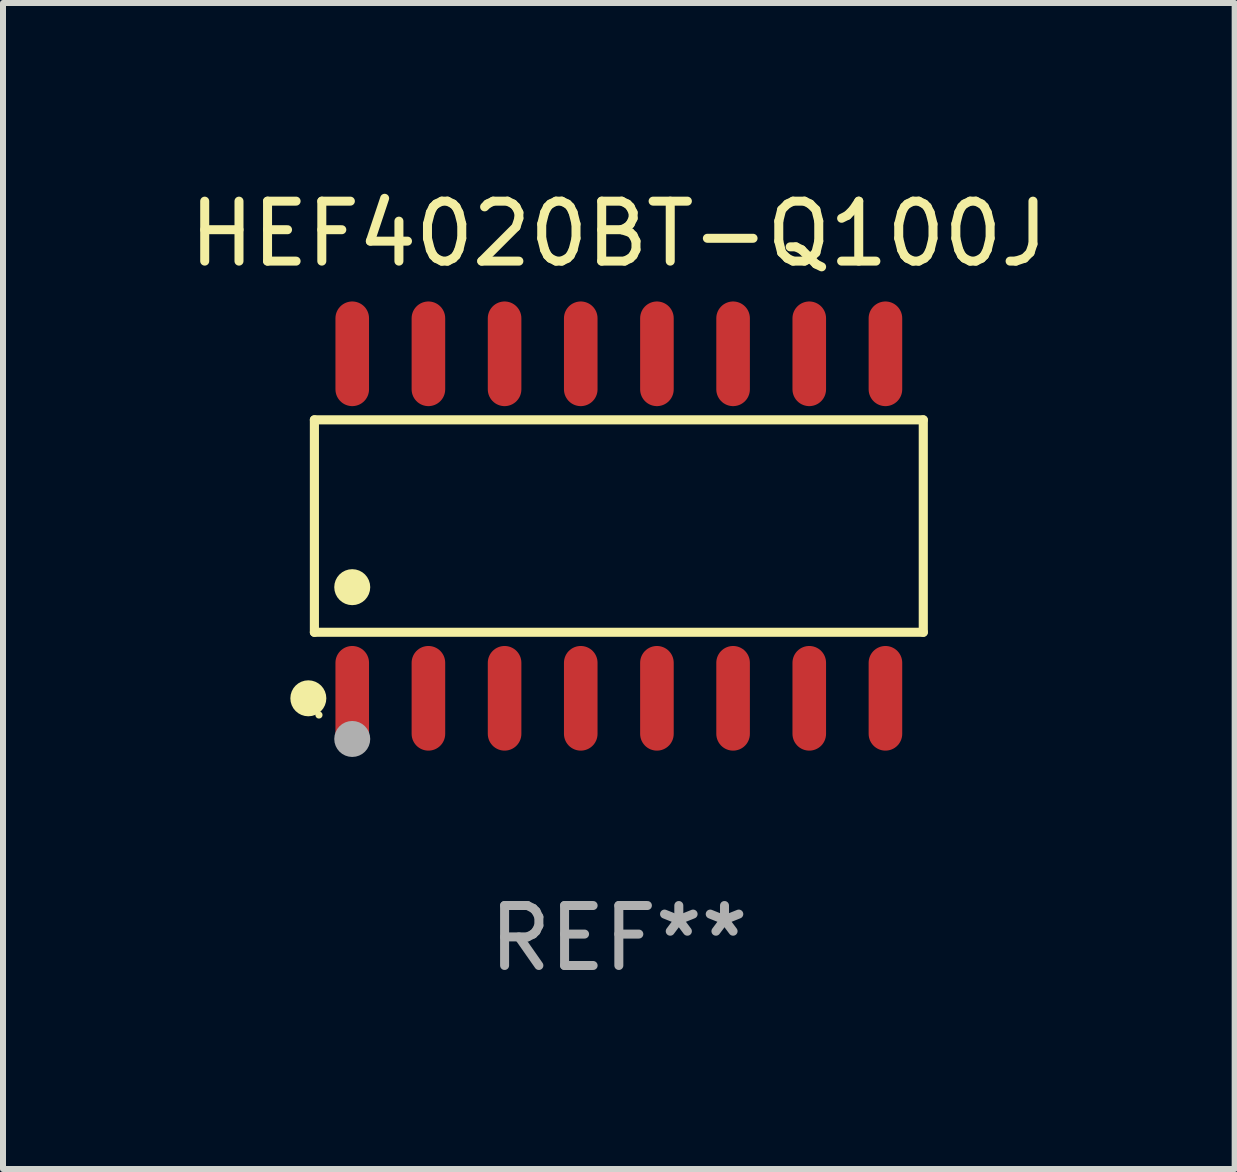
<source format=kicad_pcb>
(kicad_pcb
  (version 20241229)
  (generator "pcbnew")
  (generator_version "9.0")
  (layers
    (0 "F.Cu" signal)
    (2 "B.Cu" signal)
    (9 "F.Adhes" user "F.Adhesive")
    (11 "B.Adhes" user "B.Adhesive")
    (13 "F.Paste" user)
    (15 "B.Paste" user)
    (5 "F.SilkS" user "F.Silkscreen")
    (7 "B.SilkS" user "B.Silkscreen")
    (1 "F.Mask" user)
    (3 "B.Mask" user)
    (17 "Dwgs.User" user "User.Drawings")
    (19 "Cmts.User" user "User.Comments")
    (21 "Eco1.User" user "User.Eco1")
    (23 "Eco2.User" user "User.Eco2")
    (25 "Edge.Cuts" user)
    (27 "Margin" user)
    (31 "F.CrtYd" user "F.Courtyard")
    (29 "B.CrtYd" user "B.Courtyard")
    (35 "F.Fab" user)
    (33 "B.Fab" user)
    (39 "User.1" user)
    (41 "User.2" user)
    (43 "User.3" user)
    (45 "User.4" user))
  (footprint "HEF4020BT-Q100J"
    (layer "F.Cu")
    (at 7.268 5.721)
    (property "Reference" "HEF4020BT-Q100J" (at 0 -4.872 0) (layer "F.SilkS") (effects (font (size 1 1) (thickness 0.15))))
    (attr through_hole)
    (fp_line (start -5.076 -1.771) (end 5.076 -1.771) (stroke (width 0.152) (type solid)) (layer "F.SilkS"))
    (fp_line (start -5.076 1.771) (end -5.076 -1.771) (stroke (width 0.152) (type solid)) (layer "F.SilkS"))
    (fp_line (start 5.076 -1.771) (end 5.076 1.771) (stroke (width 0.152) (type solid)) (layer "F.SilkS"))
    (fp_line (start 5.076 1.771) (end -5.076 1.771) (stroke (width 0.152) (type solid)) (layer "F.SilkS"))
    (fp_circle (center -5.177 2.872) (end -5.027 2.872) (stroke (width 0.3) (type solid)) (fill no) (layer "F.SilkS"))
    (fp_circle (center -5 3.15) (end -4.97 3.15) (stroke (width 0.06) (type solid)) (fill no) (layer "F.SilkS"))
    (fp_circle (center -4.445 1.019) (end -4.295 1.019) (stroke (width 0.3) (type solid)) (fill no) (layer "F.SilkS"))
    (fp_circle (center -4.445 3.55) (end -4.295 3.55) (stroke (width 0.3) (type solid)) (fill no) (layer "F.Fab"))
    (fp_text user "REF**" (at 0 6.872 0) (layer "F.Fab") (effects (font (size 1 1) (thickness 0.15))))
    (pad "1" smd oval (at -4.445 2.872) (size 0.56 1.745) (layers "F.Cu" "F.Mask" "F.Paste"))
    (pad "2" smd oval (at -3.175 2.872) (size 0.56 1.745) (layers "F.Cu" "F.Mask" "F.Paste"))
    (pad "3" smd oval (at -1.905 2.872) (size 0.56 1.745) (layers "F.Cu" "F.Mask" "F.Paste"))
    (pad "4" smd oval (at -0.635 2.872) (size 0.56 1.745) (layers "F.Cu" "F.Mask" "F.Paste"))
    (pad "5" smd oval (at 0.635 2.872) (size 0.56 1.745) (layers "F.Cu" "F.Mask" "F.Paste"))
    (pad "6" smd oval (at 1.905 2.872) (size 0.56 1.745) (layers "F.Cu" "F.Mask" "F.Paste"))
    (pad "7" smd oval (at 3.175 2.872) (size 0.56 1.745) (layers "F.Cu" "F.Mask" "F.Paste"))
    (pad "8" smd oval (at 4.445 2.872) (size 0.56 1.745) (layers "F.Cu" "F.Mask" "F.Paste"))
    (pad "9" smd oval (at 4.445 -2.872) (size 0.56 1.745) (layers "F.Cu" "F.Mask" "F.Paste"))
    (pad "10" smd oval (at 3.175 -2.872) (size 0.56 1.745) (layers "F.Cu" "F.Mask" "F.Paste"))
    (pad "11" smd oval (at 1.905 -2.872) (size 0.56 1.745) (layers "F.Cu" "F.Mask" "F.Paste"))
    (pad "12" smd oval (at 0.635 -2.872) (size 0.56 1.745) (layers "F.Cu" "F.Mask" "F.Paste"))
    (pad "13" smd oval (at -0.635 -2.872) (size 0.56 1.745) (layers "F.Cu" "F.Mask" "F.Paste"))
    (pad "14" smd oval (at -1.905 -2.872) (size 0.56 1.745) (layers "F.Cu" "F.Mask" "F.Paste"))
    (pad "15" smd oval (at -3.175 -2.872) (size 0.56 1.745) (layers "F.Cu" "F.Mask" "F.Paste"))
    (pad "16" smd oval (at -4.445 -2.872) (size 0.56 1.745) (layers "F.Cu" "F.Mask" "F.Paste")))
  (gr_rect
    (start -3 -3)
    (end 17.536 16.441)
    (stroke (width 0.1) (type default))
    (fill no)
    (layer "Edge.Cuts")))
</source>
